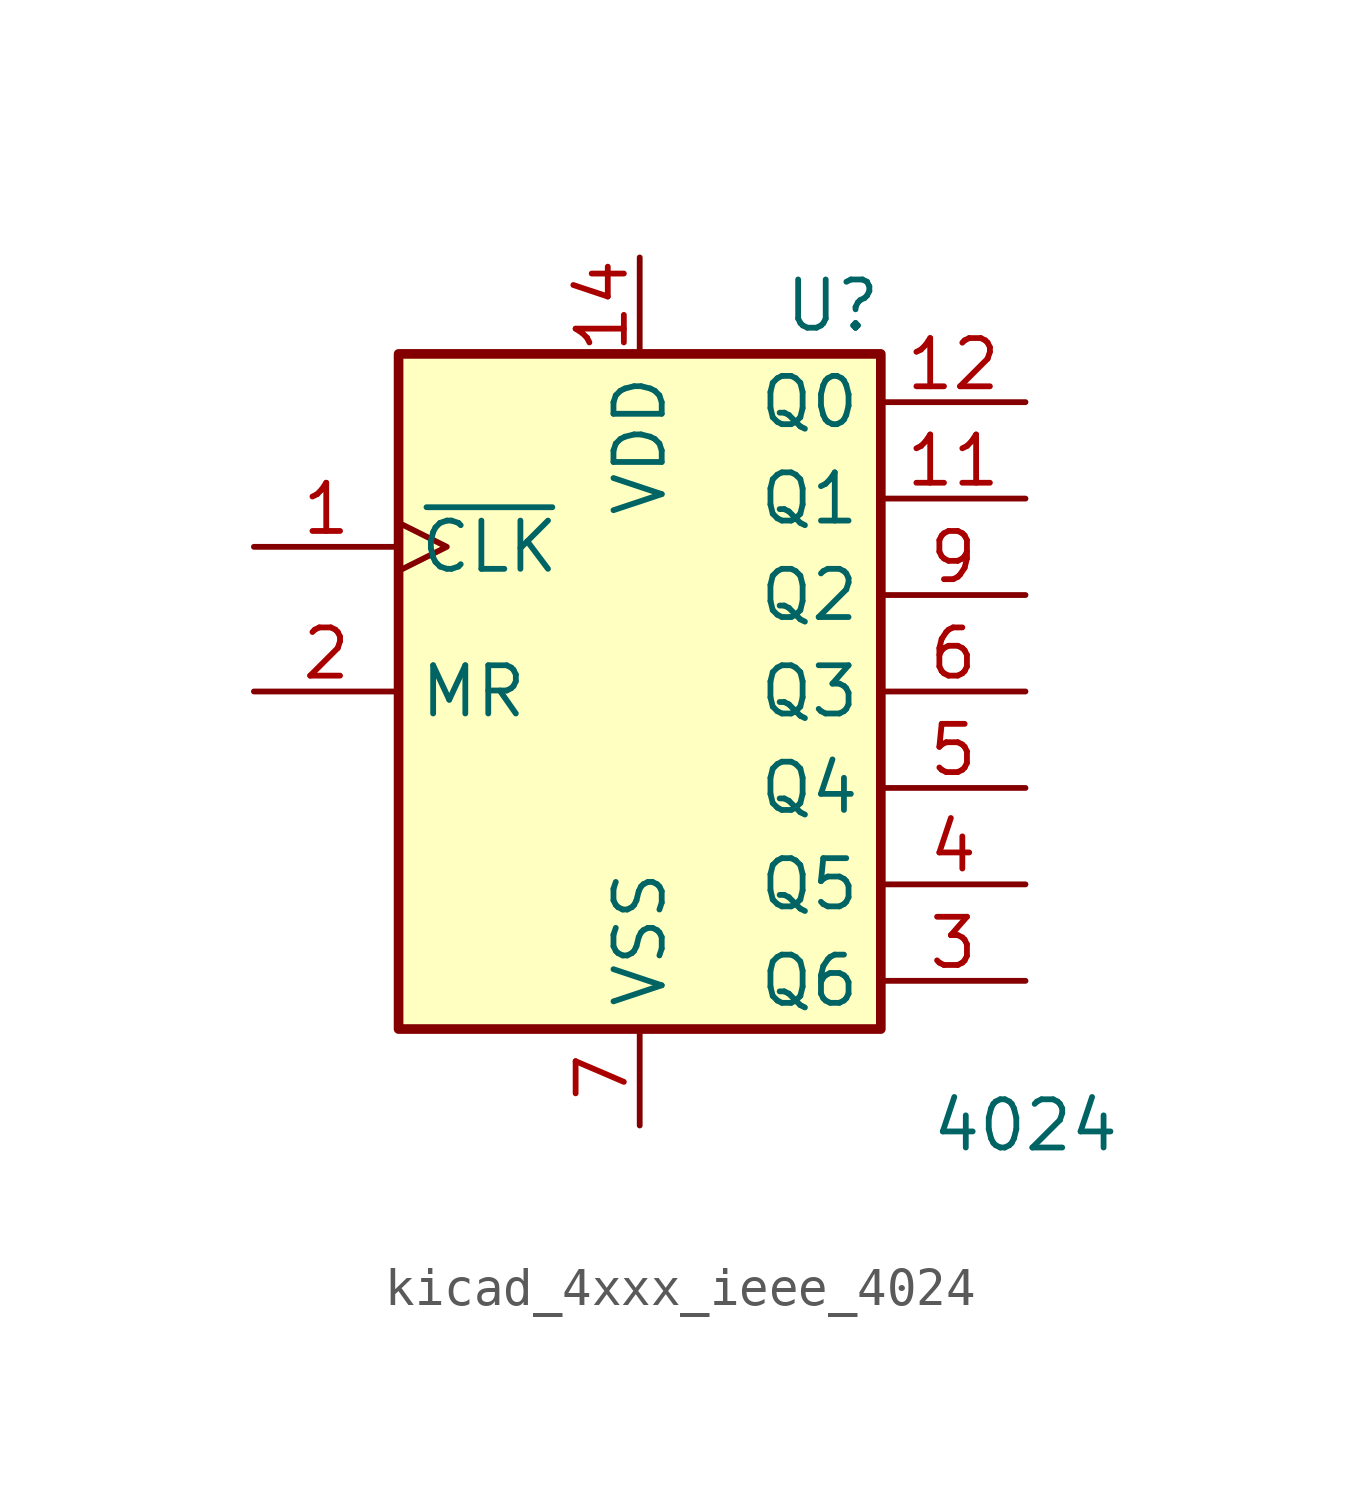
<source format=kicad_sym>
(kicad_symbol_lib
  (version 20220914)
  (generator kicad_symbol_editor)
  (symbol "kicad_4xxx_ieee_4024"
    (property "Reference" "U"
      (at 5.08 11.43 0)
      (effects (font (size 1.27 1.27))))
    (property "Value" "4024"
      (at 10.16 -10.16 0)
      (effects (font (size 1.27 1.27))))
    (symbol "kicad_4xxx_ieee_4024_0_0"
      (rectangle (start -6.35 10.16) (end 6.35 -7.62) (stroke (width 0.254) (type default)) (fill (type background)))
      (pin power_in line (at 0 12.7 270) (length 2.54) (name "VDD" (effects (font (size 1.27 1.27)))) (number "14" (effects (font (size 1.27 1.27)))))
      (pin power_in line (at 0 -10.16 90) (length 2.54) (name "VSS" (effects (font (size 1.27 1.27)))) (number "7" (effects (font (size 1.27 1.27))))))
    (symbol "kicad_4xxx_ieee_4024_1_1"
      (pin input clock (at -10.16 5.08 0) (length 3.81) (name "~{CLK}" (effects (font (size 1.27 1.27)))) (number "1" (effects (font (size 1.27 1.27)))))
      (pin output line (at 10.16 6.35 180) (length 3.81) (name "Q1" (effects (font (size 1.27 1.27)))) (number "11" (effects (font (size 1.27 1.27)))))
      (pin output line (at 10.16 8.89 180) (length 3.81) (name "Q0" (effects (font (size 1.27 1.27)))) (number "12" (effects (font (size 1.27 1.27)))))
      (pin input line (at -10.16 1.27 0) (length 3.81) (name "MR" (effects (font (size 1.27 1.27)))) (number "2" (effects (font (size 1.27 1.27)))))
      (pin output line (at 10.16 -6.35 180) (length 3.81) (name "Q6" (effects (font (size 1.27 1.27)))) (number "3" (effects (font (size 1.27 1.27)))))
      (pin output line (at 10.16 -3.81 180) (length 3.81) (name "Q5" (effects (font (size 1.27 1.27)))) (number "4" (effects (font (size 1.27 1.27)))))
      (pin output line (at 10.16 -1.27 180) (length 3.81) (name "Q4" (effects (font (size 1.27 1.27)))) (number "5" (effects (font (size 1.27 1.27)))))
      (pin output line (at 10.16 1.27 180) (length 3.81) (name "Q3" (effects (font (size 1.27 1.27)))) (number "6" (effects (font (size 1.27 1.27)))))
      (pin output line (at 10.16 3.81 180) (length 3.81) (name "Q2" (effects (font (size 1.27 1.27)))) (number "9" (effects (font (size 1.27 1.27))))))))
</source>
